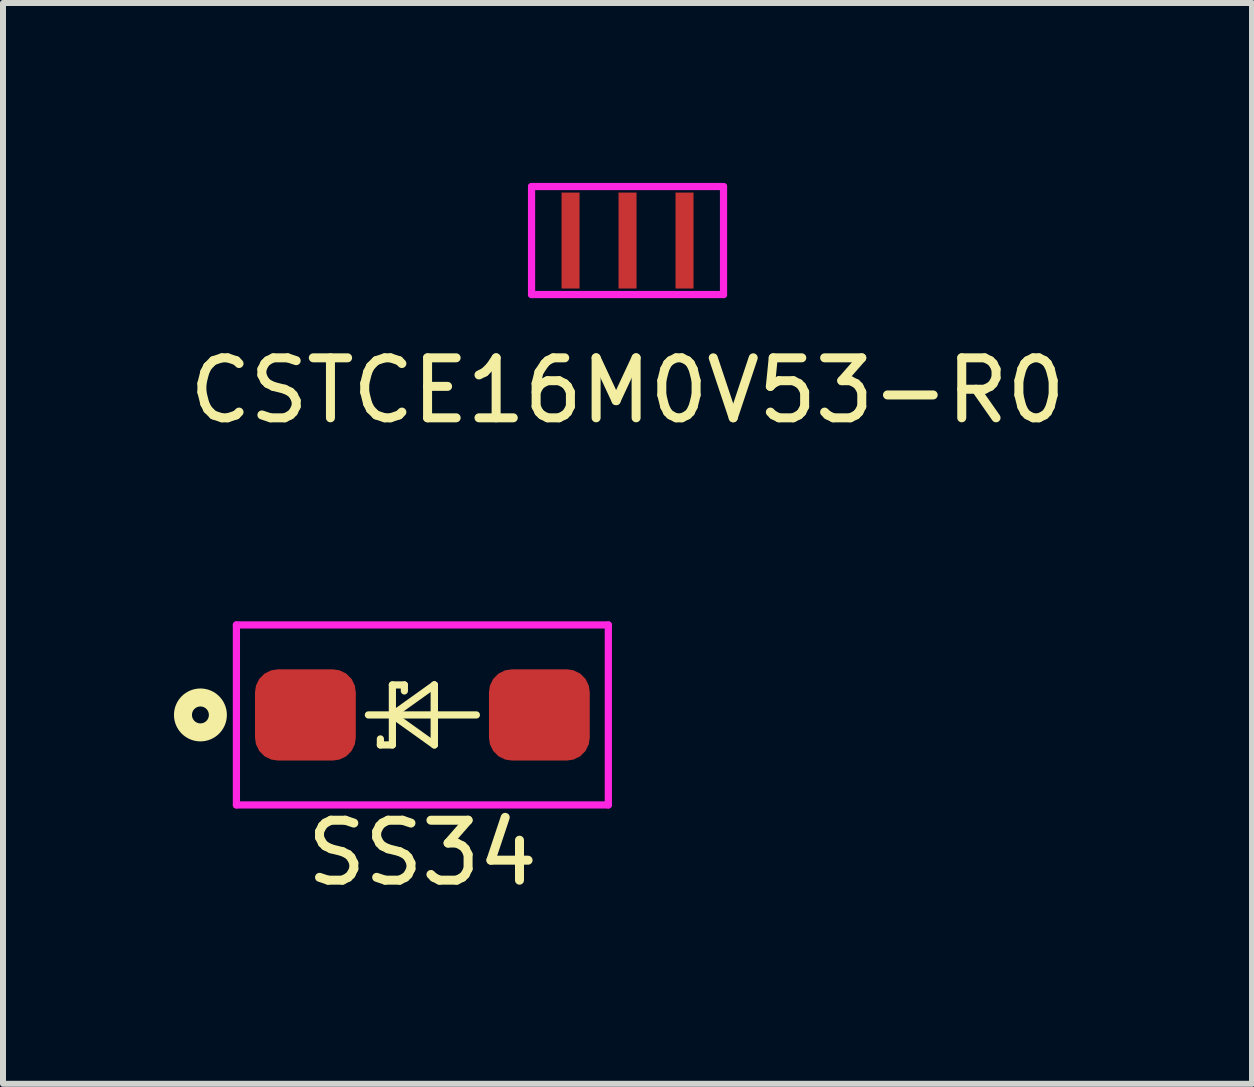
<source format=kicad_pcb>
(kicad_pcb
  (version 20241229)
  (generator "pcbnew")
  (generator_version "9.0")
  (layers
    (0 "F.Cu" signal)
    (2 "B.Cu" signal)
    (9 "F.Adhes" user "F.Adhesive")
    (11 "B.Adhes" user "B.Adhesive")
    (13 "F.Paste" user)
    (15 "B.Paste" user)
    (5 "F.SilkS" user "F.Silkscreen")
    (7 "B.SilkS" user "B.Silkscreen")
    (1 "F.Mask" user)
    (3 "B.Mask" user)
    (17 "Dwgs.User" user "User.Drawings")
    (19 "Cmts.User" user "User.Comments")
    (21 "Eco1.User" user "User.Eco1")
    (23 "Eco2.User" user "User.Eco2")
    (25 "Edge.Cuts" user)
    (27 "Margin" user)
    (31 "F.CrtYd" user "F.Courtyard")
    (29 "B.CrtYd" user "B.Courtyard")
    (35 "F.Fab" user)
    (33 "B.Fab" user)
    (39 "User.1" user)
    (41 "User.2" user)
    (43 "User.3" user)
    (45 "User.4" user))
  (footprint "SS34"
    (layer "F.Cu")
    (at 3.991 8.868)
    (property "Reference" "SS34" (at 0 2.3 0) (layer "F.SilkS") (effects (font (size 1 1) (thickness 0.15))))
    (attr through_hole)
    (fp_line (start -0.7 0.5) (end -0.7 0.4) (stroke (width 0.12) (type solid)) (layer "F.SilkS"))
    (fp_line (start -0.5 -0.5) (end -0.5 0.5) (stroke (width 0.12) (type solid)) (layer "F.SilkS"))
    (fp_line (start -0.5 -0.5) (end -0.3 -0.5) (stroke (width 0.12) (type solid)) (layer "F.SilkS"))
    (fp_line (start -0.5 0) (end 0.2 -0.5) (stroke (width 0.12) (type solid)) (layer "F.SilkS"))
    (fp_line (start -0.5 0.5) (end -0.7 0.5) (stroke (width 0.12) (type solid)) (layer "F.SilkS"))
    (fp_line (start -0.3 -0.5) (end -0.3 -0.4) (stroke (width 0.12) (type solid)) (layer "F.SilkS"))
    (fp_line (start 0.2 -0.5) (end 0.2 0.4) (stroke (width 0.12) (type solid)) (layer "F.SilkS"))
    (fp_line (start 0.2 0.5) (end -0.5 0) (stroke (width 0.12) (type solid)) (layer "F.SilkS"))
    (fp_line (start 0.2 0.5) (end 0.2 -0.5) (stroke (width 0.12) (type solid)) (layer "F.SilkS"))
    (fp_line (start 0.9 0) (end -0.9 0) (stroke (width 0.12) (type solid)) (layer "F.SilkS"))
    (fp_circle (center -3.7 0) (end -3.559 0) (stroke (width 0.3) (type solid)) (fill no) (layer "F.SilkS"))
    (fp_line (start -3.1 -1.5) (end -3.1 1.5) (stroke (width 0.12) (type solid)) (layer "F.CrtYd"))
    (fp_line (start -3.1 1.5) (end 3.1 1.5) (stroke (width 0.12) (type solid)) (layer "F.CrtYd"))
    (fp_line (start 3.1 -1.5) (end -3.1 -1.5) (stroke (width 0.12) (type solid)) (layer "F.CrtYd"))
    (fp_line (start 3.1 1.5) (end 3.1 -1.5) (stroke (width 0.12) (type solid)) (layer "F.CrtYd"))
    (pad "1" smd roundrect (at -1.95 0) (size 1.68 1.52) (layers "F.Cu" "F.Mask" "F.Paste") (roundrect_rratio 0.25))
    (pad "2" smd roundrect (at 1.95 0) (size 1.68 1.52) (layers "F.Cu" "F.Mask" "F.Paste") (roundrect_rratio 0.25)))
  (footprint "CSTCE16M0V53-R0"
    (layer "F.Cu")
    (at 7.411 0.96)
    (property "Reference" "CSTCE16M0V53-R0" (at 0 2.5 0) (layer "F.SilkS") (effects (font (size 1 1) (thickness 0.15))))
    (attr through_hole)
    (fp_line (start -1.6 -0.9) (end 1.6 -0.9) (stroke (width 0.12) (type solid)) (layer "F.CrtYd"))
    (fp_line (start -1.6 0.9) (end -1.6 -0.9) (stroke (width 0.12) (type solid)) (layer "F.CrtYd"))
    (fp_line (start 1.6 -0.9) (end 1.6 0.9) (stroke (width 0.12) (type solid)) (layer "F.CrtYd"))
    (fp_line (start 1.6 0.9) (end -1.6 0.9) (stroke (width 0.12) (type solid)) (layer "F.CrtYd"))
    (pad "1" smd rect (at -0.95 0) (size 0.3 1.6) (layers "F.Cu" "F.Mask" "F.Paste"))
    (pad "2" smd rect (at 0.95 0) (size 0.3 1.6) (layers "F.Cu" "F.Mask" "F.Paste"))
    (pad "3" smd rect (at 0 0) (size 0.3 1.6) (layers "F.Cu" "F.Mask" "F.Paste")))
  (gr_rect
    (start -3 -3)
    (end 17.821 15.017)
    (stroke (width 0.1) (type default))
    (fill no)
    (layer "Edge.Cuts")))
</source>
